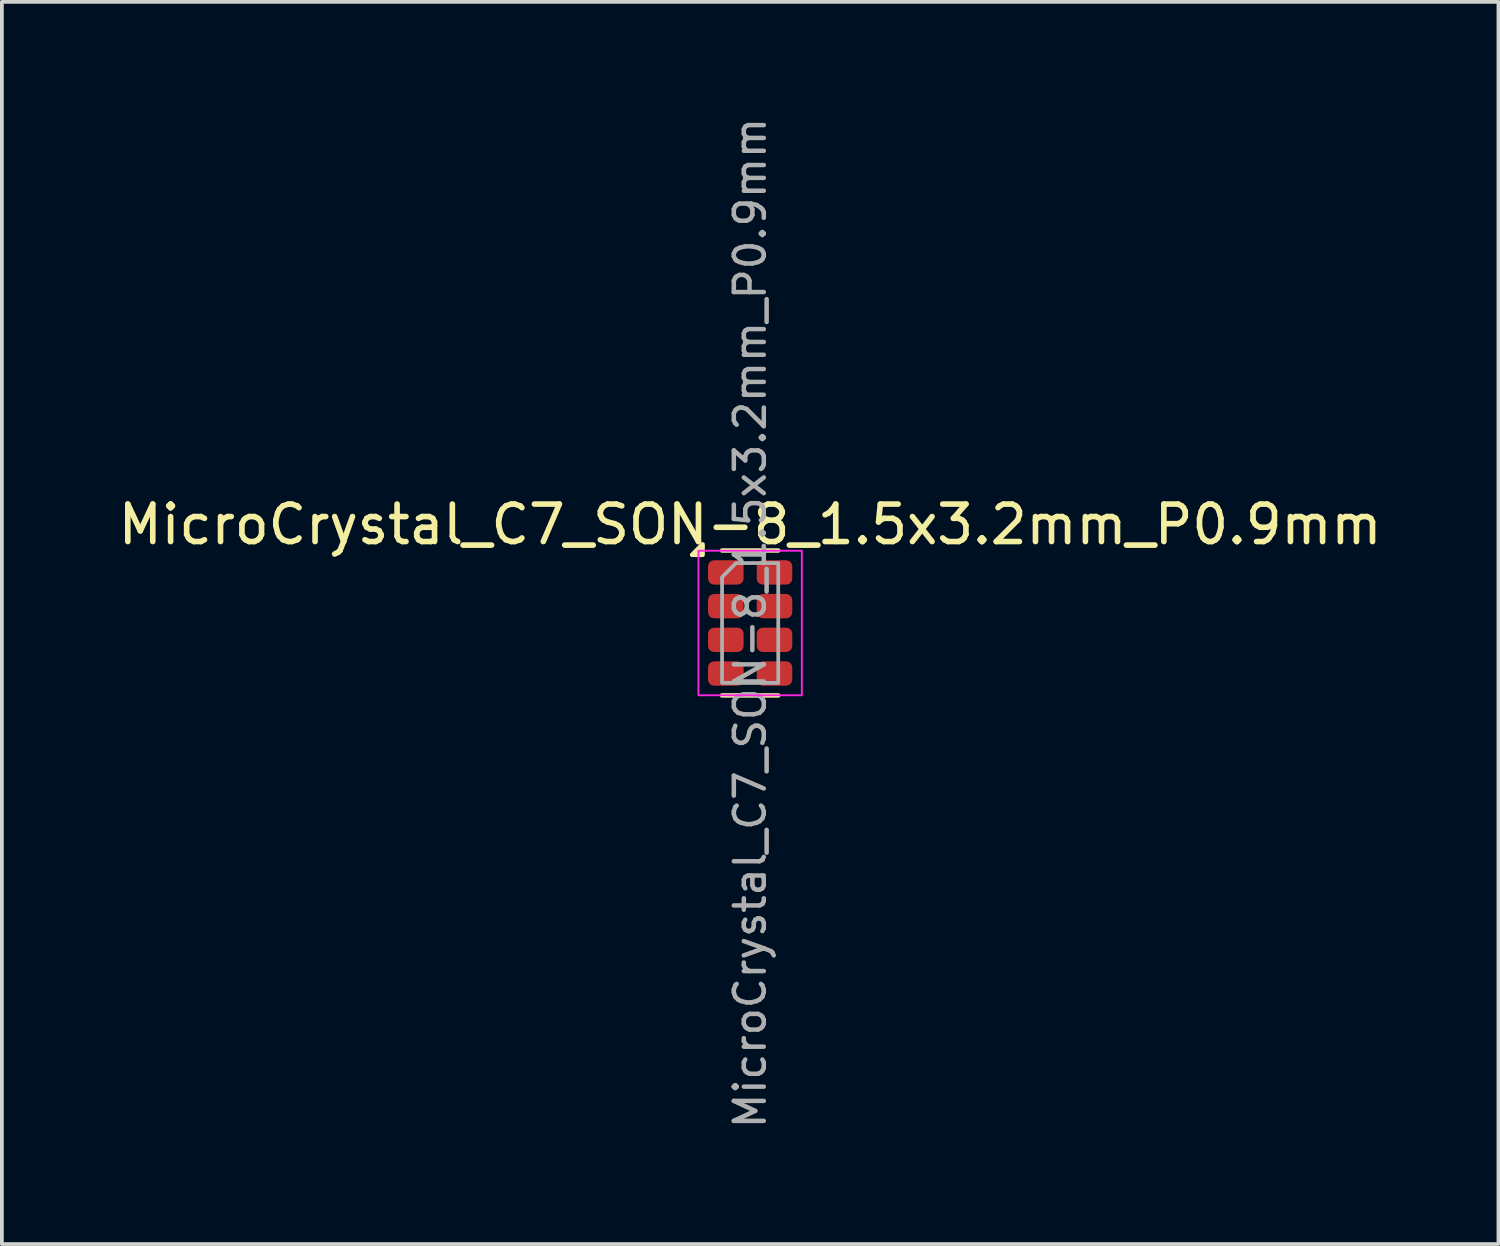
<source format=kicad_pcb>
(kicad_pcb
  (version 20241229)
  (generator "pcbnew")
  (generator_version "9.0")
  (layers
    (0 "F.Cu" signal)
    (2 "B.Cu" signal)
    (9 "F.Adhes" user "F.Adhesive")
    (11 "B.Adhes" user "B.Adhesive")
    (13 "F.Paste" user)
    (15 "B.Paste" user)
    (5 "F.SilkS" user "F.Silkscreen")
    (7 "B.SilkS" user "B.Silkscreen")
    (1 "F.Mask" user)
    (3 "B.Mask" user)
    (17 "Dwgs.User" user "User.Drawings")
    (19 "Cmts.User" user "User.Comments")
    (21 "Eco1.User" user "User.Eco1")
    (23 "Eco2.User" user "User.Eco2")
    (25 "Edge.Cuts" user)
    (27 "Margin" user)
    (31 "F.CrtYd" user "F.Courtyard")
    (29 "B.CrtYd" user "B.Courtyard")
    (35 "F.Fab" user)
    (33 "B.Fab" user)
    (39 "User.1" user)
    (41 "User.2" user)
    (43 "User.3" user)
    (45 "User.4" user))
  (footprint "MicroCrystal_C7_SON-8_1.5x3.2mm_P0.9mm"
    (layer "F.Cu")
    (at 16.982 13.586)
    (property "Reference" "MicroCrystal_C7_SON-8_1.5x3.2mm_P0.9mm" (at 0 -2.63 0) (layer "F.SilkS") (effects (font (size 1 1) (thickness 0.15))))
    (attr smd)
    (fp_line (start -0.75 -1.935) (end 0.75 -1.935) (stroke (width 0.12) (type solid)) (layer "F.SilkS"))
    (fp_line (start -0.75 1.935) (end 0.75 1.935) (stroke (width 0.12) (type solid)) (layer "F.SilkS"))
    (fp_poly (pts (xy -1.27 -1.82) (xy -1.55 -1.82) (xy -1.27 -2.1)) (stroke (width 0.12) (type solid)) (fill yes) (layer "F.SilkS"))
    (fp_rect (start 1.38 1.93) (end -1.38 -1.93) (stroke (width 0.05) (type solid)) (fill no) (layer "F.CrtYd"))
    (fp_poly (pts (xy -0.75 -1.225) (xy -0.75 1.6) (xy 0.75 1.6) (xy 0.75 -1.6) (xy -0.375 -1.6)) (stroke (width 0.1) (type solid)) (fill no) (layer "F.Fab"))
    (fp_text user "${REFERENCE}" (at 0 0 90) (layer "F.Fab") (effects (font (size 0.8 0.8) (thickness 0.12))))
    (pad "1" smd roundrect (at -0.65 -1.35) (size 0.95 0.65) (layers "F.Cu" "F.Mask" "F.Paste") (roundrect_rratio 0.25))
    (pad "2" smd roundrect (at -0.65 -0.45) (size 0.95 0.65) (layers "F.Cu" "F.Mask" "F.Paste") (roundrect_rratio 0.25))
    (pad "3" smd roundrect (at -0.65 0.45) (size 0.95 0.65) (layers "F.Cu" "F.Mask" "F.Paste") (roundrect_rratio 0.25))
    (pad "4" smd roundrect (at -0.65 1.35) (size 0.95 0.65) (layers "F.Cu" "F.Mask" "F.Paste") (roundrect_rratio 0.25))
    (pad "5" smd roundrect (at 0.65 1.35) (size 0.95 0.65) (layers "F.Cu" "F.Mask" "F.Paste") (roundrect_rratio 0.25))
    (pad "6" smd roundrect (at 0.65 0.45) (size 0.95 0.65) (layers "F.Cu" "F.Mask" "F.Paste") (roundrect_rratio 0.25))
    (pad "7" smd roundrect (at 0.65 -0.45) (size 0.95 0.65) (layers "F.Cu" "F.Mask" "F.Paste") (roundrect_rratio 0.25))
    (pad "8" smd roundrect (at 0.65 -1.35) (size 0.95 0.65) (layers "F.Cu" "F.Mask" "F.Paste") (roundrect_rratio 0.25)))
  (gr_rect
    (start -3 -3)
    (end 36.964 30.171)
    (stroke (width 0.1) (type default))
    (fill no)
    (layer "Edge.Cuts")))
</source>
